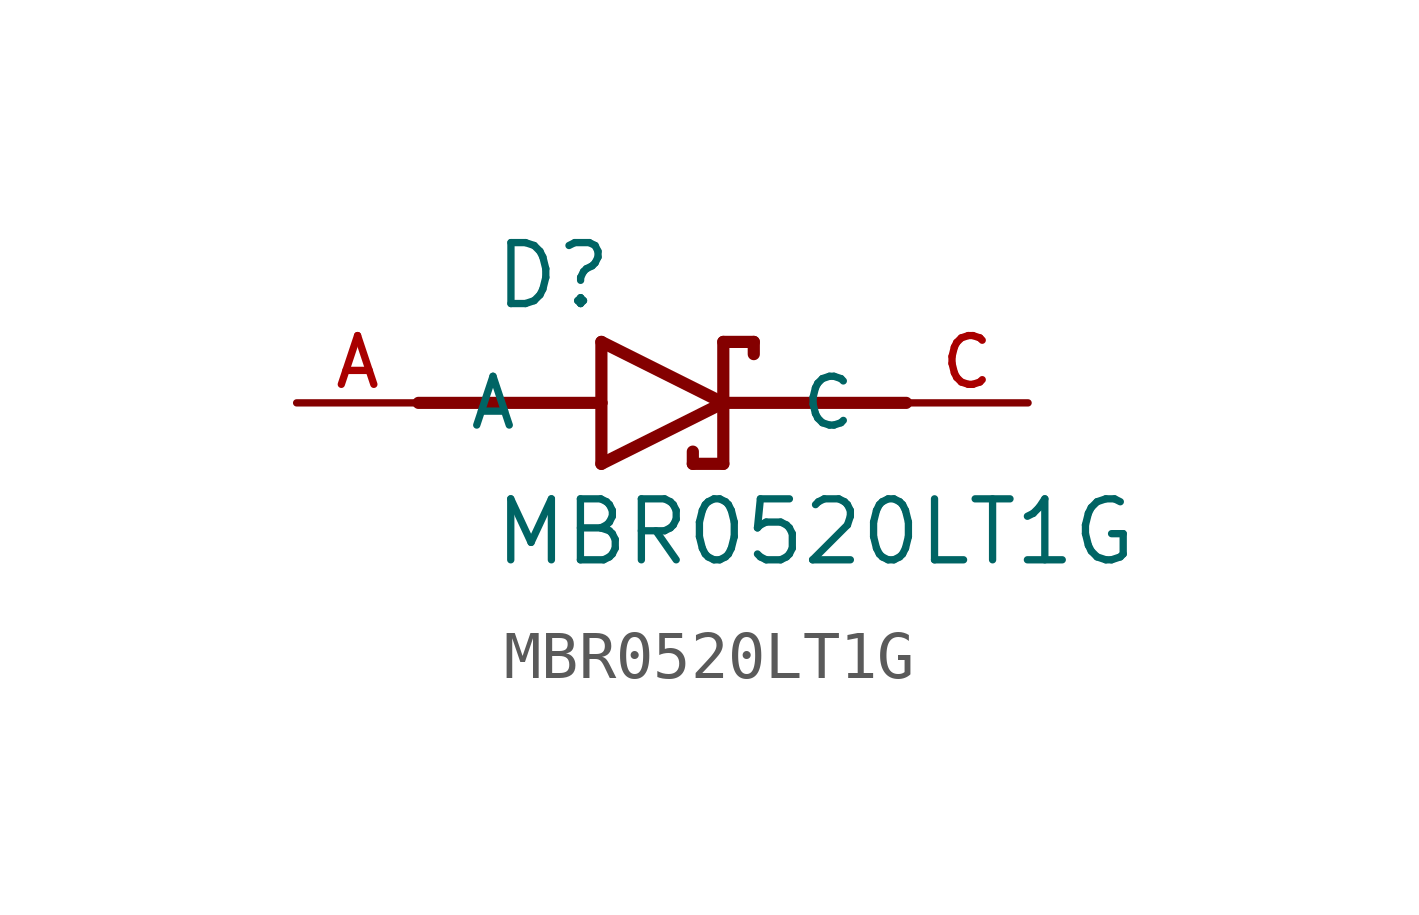
<source format=kicad_sym>
(kicad_symbol_lib
  (version 20211014)
  (generator kicad_symbol_editor)
  (symbol "MBR0520LT1G"
    (pin_names
      (offset 1.016))
    (property "Reference" "D"
      (at -3.557 1.906 0)
      (effects (font (size 1.27 1.27)) (justify bottom left)))
    (property "Value" "MBR0520LT1G"
      (at -3.561 -3.433 0)
      (effects (font (size 1.27 1.27)) (justify bottom left)))
    (symbol "MBR0520LT1G_0_0"
      (polyline (pts (xy -1.27 -1.27) (xy 1.27 0.0)) (stroke (width 0.254)))
      (polyline (pts (xy 1.27 0.0) (xy -1.27 1.27)) (stroke (width 0.254)))
      (polyline (pts (xy 1.905 1.27) (xy 1.27 1.27)) (stroke (width 0.254)))
      (polyline (pts (xy 1.27 1.27) (xy 1.27 0.0)) (stroke (width 0.254)))
      (polyline (pts (xy -1.27 1.27) (xy -1.27 0.0)) (stroke (width 0.254)))
      (polyline (pts (xy -1.27 0.0) (xy -1.27 -1.27)) (stroke (width 0.254)))
      (polyline (pts (xy 1.27 0.0) (xy 1.27 -1.27)) (stroke (width 0.254)))
      (polyline (pts (xy 1.905 1.27) (xy 1.905 1.016)) (stroke (width 0.254)))
      (polyline (pts (xy 1.27 -1.27) (xy 0.635 -1.27)) (stroke (width 0.254)))
      (polyline (pts (xy 0.635 -1.016) (xy 0.635 -1.27)) (stroke (width 0.254)))
      (polyline (pts (xy -5.08 0.0) (xy -1.27 0.0)) (stroke (width 0.254)))
      (polyline (pts (xy 1.27 0.0) (xy 5.08 0.0)) (stroke (width 0.254)))
      (pin passive line (at -7.62 0.0 0) (length 2.54) (name "A" (effects (font (size 1.016 1.016)))) (number "A" (effects (font (size 1.016 1.016)))))
      (pin passive line (at 7.62 0.0 180.0) (length 2.54) (name "C" (effects (font (size 1.016 1.016)))) (number "C" (effects (font (size 1.016 1.016))))))))
</source>
